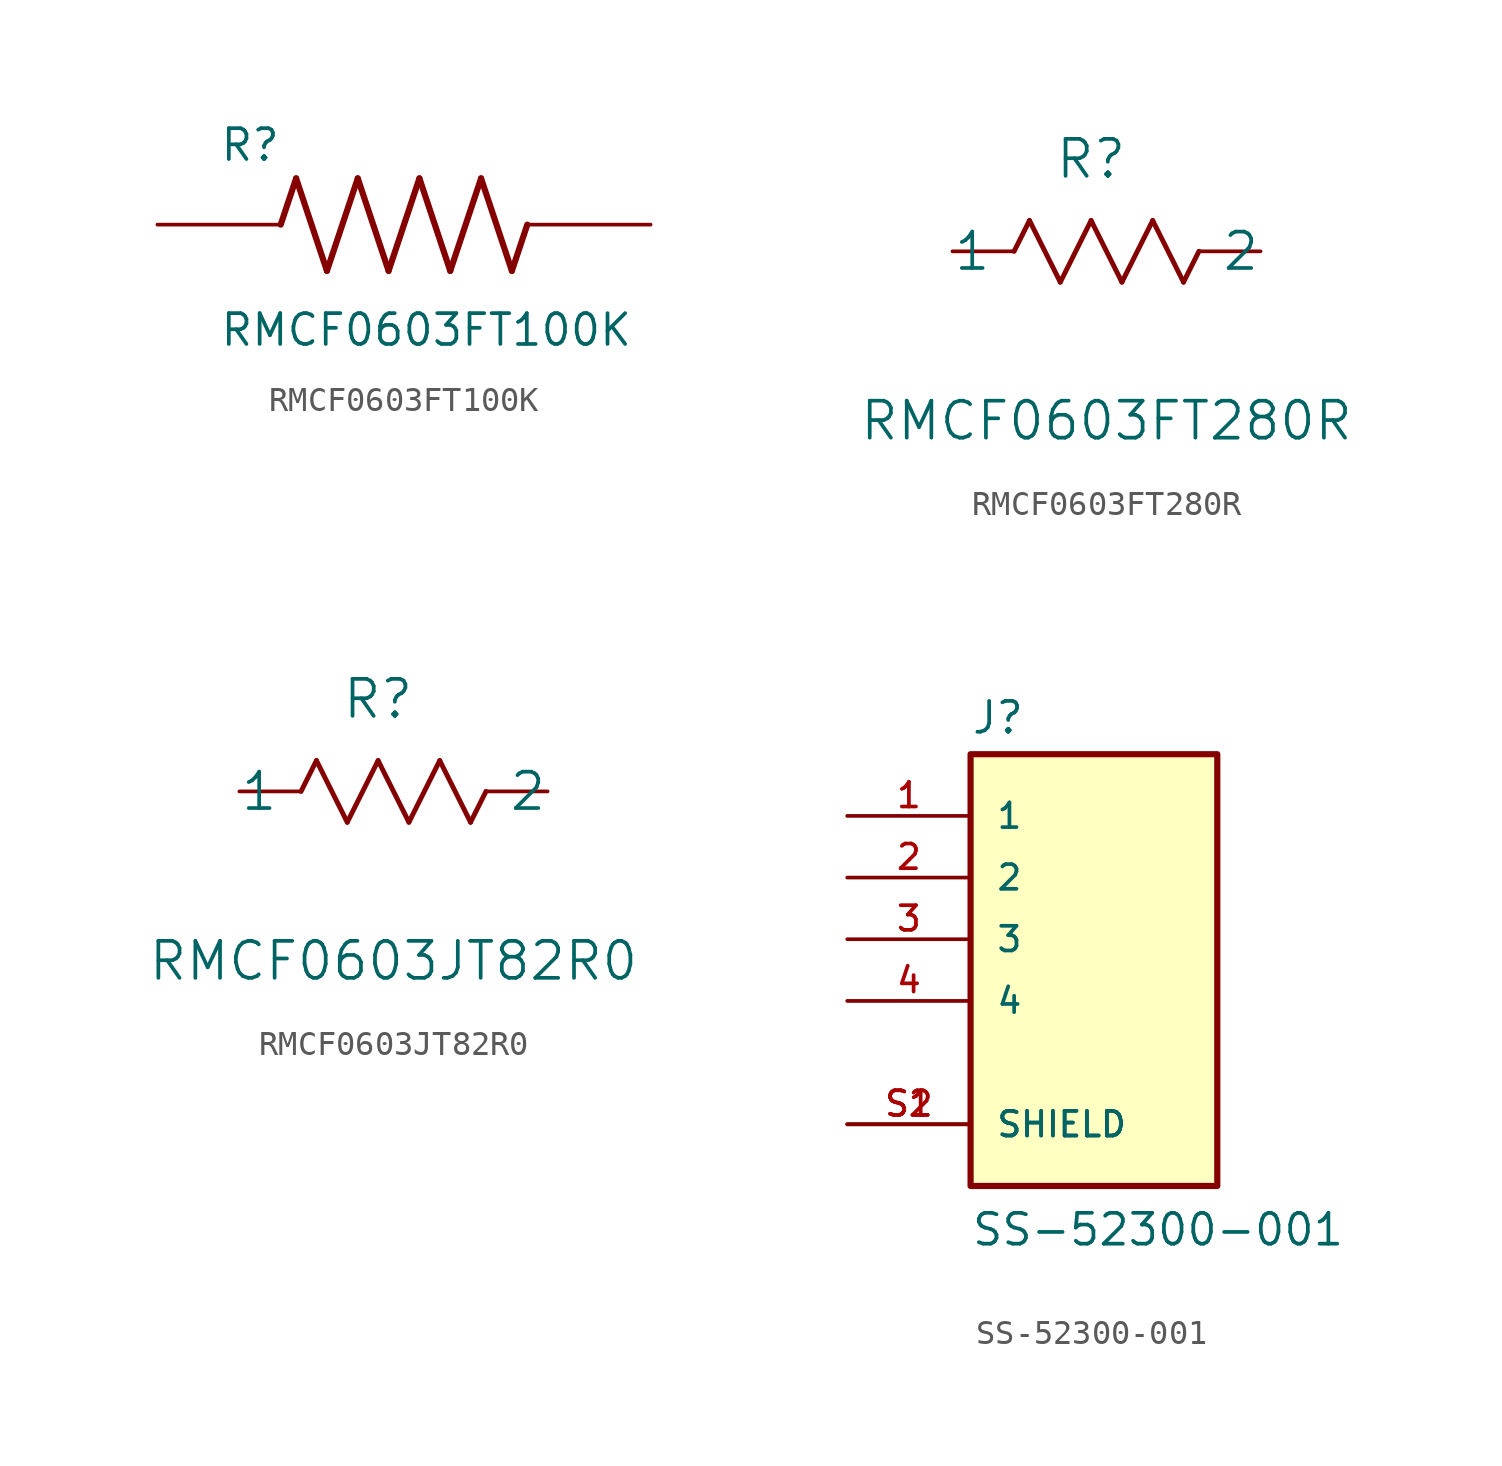
<source format=kicad_sym>
(kicad_symbol_lib
  (version 20211014)
  (generator kicad_symbol_editor)
  (symbol "RMCF0603FT100K"
    (pin_numbers hide)
    (pin_names
      (offset 1.016) hide)
    (property "Reference" "R"
      (at -7.62 2.54 0)
      (effects (font (size 1.27 1.27)) (justify left bottom)))
    (property "Value" "RMCF0603FT100K"
      (at -7.62 -5.08 0)
      (effects (font (size 1.27 1.27)) (justify left bottom)))
    (property "ki_locked" ""
      (at 0 0 0)
      (effects (font (size 1.27 1.27))))
    (symbol "RMCF0603FT100K_0_0"
      (polyline (pts (xy -5.08 0) (xy -4.445 1.905)) (stroke (width 0.254) (type default) (color 0 0 0 0)) (fill (type none)))
      (polyline (pts (xy -4.445 1.905) (xy -3.175 -1.905)) (stroke (width 0.254) (type default) (color 0 0 0 0)) (fill (type none)))
      (polyline (pts (xy -3.175 -1.905) (xy -1.905 1.905)) (stroke (width 0.254) (type default) (color 0 0 0 0)) (fill (type none)))
      (polyline (pts (xy -1.905 1.905) (xy -0.635 -1.905)) (stroke (width 0.254) (type default) (color 0 0 0 0)) (fill (type none)))
      (polyline (pts (xy -0.635 -1.905) (xy 0.635 1.905)) (stroke (width 0.254) (type default) (color 0 0 0 0)) (fill (type none)))
      (polyline (pts (xy 0.635 1.905) (xy 1.905 -1.905)) (stroke (width 0.254) (type default) (color 0 0 0 0)) (fill (type none)))
      (polyline (pts (xy 1.905 -1.905) (xy 3.175 1.905)) (stroke (width 0.254) (type default) (color 0 0 0 0)) (fill (type none)))
      (polyline (pts (xy 3.175 1.905) (xy 4.445 -1.905)) (stroke (width 0.254) (type default) (color 0 0 0 0)) (fill (type none)))
      (polyline (pts (xy 4.445 -1.905) (xy 5.08 0)) (stroke (width 0.254) (type default) (color 0 0 0 0)) (fill (type none)))
      (pin passive line (at -10.16 0 0) (length 5.08) (name "~" (effects (font (size 1.016 1.016)))) (number "1" (effects (font (size 1.016 1.016)))))
      (pin passive line (at 10.16 0 180) (length 5.08) (name "~" (effects (font (size 1.016 1.016)))) (number "2" (effects (font (size 1.016 1.016)))))))
  (symbol "RMCF0603FT280R"
    (pin_numbers hide)
    (pin_names
      (offset -2.54))
    (property "Reference" "R"
      (at 5.715 3.81 0)
      (effects (font (size 1.524 1.524))))
    (property "Value" "RMCF0603FT280R"
      (at 6.35 -6.985 0)
      (effects (font (size 1.524 1.524))))
    (property "Datasheet" ""
      (at 0 0 0)
      (effects (font (size 1.524 1.524))))
    (property "ki_locked" ""
      (at 0 0 0)
      (effects (font (size 1.27 1.27))))
    (symbol "RMCF0603FT280R_1_1"
      (polyline (pts (xy 2.54 0) (xy 3.175 1.27)) (stroke (width 0.203) (type default) (color 0 0 0 0)) (fill (type none)))
      (polyline (pts (xy 3.175 1.27) (xy 4.445 -1.27)) (stroke (width 0.203) (type default) (color 0 0 0 0)) (fill (type none)))
      (polyline (pts (xy 4.445 -1.27) (xy 5.715 1.27)) (stroke (width 0.203) (type default) (color 0 0 0 0)) (fill (type none)))
      (polyline (pts (xy 5.715 1.27) (xy 6.985 -1.27)) (stroke (width 0.203) (type default) (color 0 0 0 0)) (fill (type none)))
      (polyline (pts (xy 6.985 -1.27) (xy 8.255 1.27)) (stroke (width 0.203) (type default) (color 0 0 0 0)) (fill (type none)))
      (polyline (pts (xy 8.255 1.27) (xy 9.525 -1.27)) (stroke (width 0.203) (type default) (color 0 0 0 0)) (fill (type none)))
      (polyline (pts (xy 9.525 -1.27) (xy 10.16 0)) (stroke (width 0.203) (type default) (color 0 0 0 0)) (fill (type none)))
      (pin unspecified line (at 0 0 0) (length 2.54) (name "1" (effects (font (size 1.499 1.499)))) (number "1" (effects (font (size 1.499 1.499)))))
      (pin unspecified line (at 12.7 0 180) (length 2.54) (name "2" (effects (font (size 1.499 1.499)))) (number "2" (effects (font (size 1.499 1.499)))))))
  (symbol "RMCF0603JT82R0"
    (pin_numbers hide)
    (pin_names
      (offset -2.54))
    (property "Reference" "R"
      (at 5.715 3.81 0)
      (effects (font (size 1.524 1.524))))
    (property "Value" "RMCF0603JT82R0"
      (at 6.35 -6.985 0)
      (effects (font (size 1.524 1.524))))
    (property "Datasheet" ""
      (at 0 0 0)
      (effects (font (size 1.524 1.524))))
    (property "ki_locked" ""
      (at 0 0 0)
      (effects (font (size 1.27 1.27))))
    (symbol "RMCF0603JT82R0_1_1"
      (polyline (pts (xy 2.54 0) (xy 3.175 1.27)) (stroke (width 0.203) (type default) (color 0 0 0 0)) (fill (type none)))
      (polyline (pts (xy 3.175 1.27) (xy 4.445 -1.27)) (stroke (width 0.203) (type default) (color 0 0 0 0)) (fill (type none)))
      (polyline (pts (xy 4.445 -1.27) (xy 5.715 1.27)) (stroke (width 0.203) (type default) (color 0 0 0 0)) (fill (type none)))
      (polyline (pts (xy 5.715 1.27) (xy 6.985 -1.27)) (stroke (width 0.203) (type default) (color 0 0 0 0)) (fill (type none)))
      (polyline (pts (xy 6.985 -1.27) (xy 8.255 1.27)) (stroke (width 0.203) (type default) (color 0 0 0 0)) (fill (type none)))
      (polyline (pts (xy 8.255 1.27) (xy 9.525 -1.27)) (stroke (width 0.203) (type default) (color 0 0 0 0)) (fill (type none)))
      (polyline (pts (xy 9.525 -1.27) (xy 10.16 0)) (stroke (width 0.203) (type default) (color 0 0 0 0)) (fill (type none)))
      (pin unspecified line (at 0 0 0) (length 2.54) (name "1" (effects (font (size 1.499 1.499)))) (number "1" (effects (font (size 1.499 1.499)))))
      (pin unspecified line (at 12.7 0 180) (length 2.54) (name "2" (effects (font (size 1.499 1.499)))) (number "2" (effects (font (size 1.499 1.499)))))))
  (symbol "SS-52300-001"
    (pin_names
      (offset 1.016))
    (property "Reference" "J"
      (at -5.08 10.922 0)
      (effects (font (size 1.27 1.27)) (justify left bottom)))
    (property "Value" "SS-52300-001"
      (at -5.08 -10.16 0)
      (effects (font (size 1.27 1.27)) (justify left bottom)))
    (property "ki_locked" ""
      (at 0 0 0)
      (effects (font (size 1.27 1.27))))
    (symbol "SS-52300-001_0_0"
      (rectangle (start -5.08 -7.62) (end 5.08 10.16) (stroke (width 0.254) (type default) (color 0 0 0 0)) (fill (type background)))
      (pin passive line (at -10.16 7.62 0) (length 5.08) (name "1" (effects (font (size 1.016 1.016)))) (number "1" (effects (font (size 1.016 1.016)))))
      (pin passive line (at -10.16 5.08 0) (length 5.08) (name "2" (effects (font (size 1.016 1.016)))) (number "2" (effects (font (size 1.016 1.016)))))
      (pin passive line (at -10.16 2.54 0) (length 5.08) (name "3" (effects (font (size 1.016 1.016)))) (number "3" (effects (font (size 1.016 1.016)))))
      (pin passive line (at -10.16 0 0) (length 5.08) (name "4" (effects (font (size 1.016 1.016)))) (number "4" (effects (font (size 1.016 1.016)))))
      (pin passive line (at -10.16 -5.08 0) (length 5.08) (name "SHIELD" (effects (font (size 1.016 1.016)))) (number "S1" (effects (font (size 1.016 1.016)))))
      (pin passive line (at -10.16 -5.08 0) (length 5.08) (name "SHIELD" (effects (font (size 1.016 1.016)))) (number "S2" (effects (font (size 1.016 1.016))))))))
</source>
